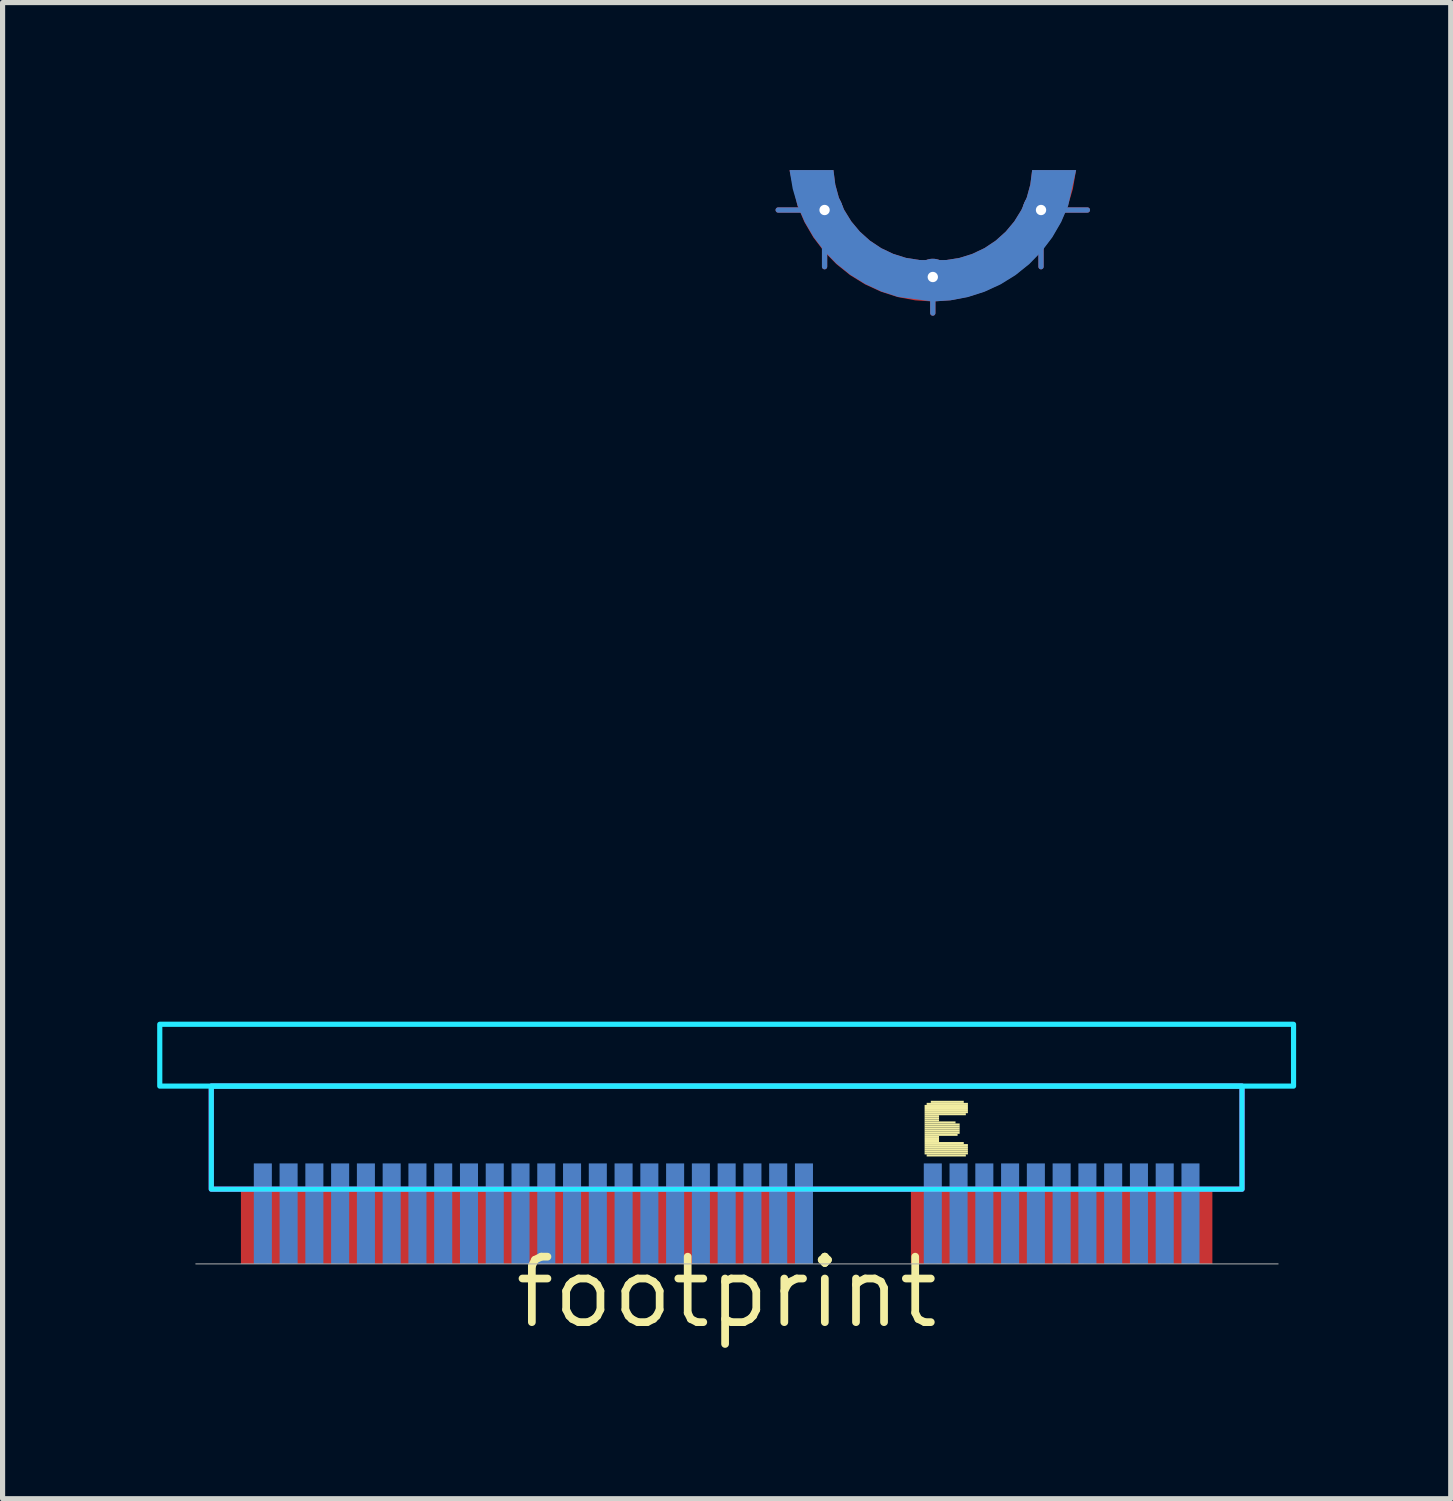
<source format=kicad_pcb>
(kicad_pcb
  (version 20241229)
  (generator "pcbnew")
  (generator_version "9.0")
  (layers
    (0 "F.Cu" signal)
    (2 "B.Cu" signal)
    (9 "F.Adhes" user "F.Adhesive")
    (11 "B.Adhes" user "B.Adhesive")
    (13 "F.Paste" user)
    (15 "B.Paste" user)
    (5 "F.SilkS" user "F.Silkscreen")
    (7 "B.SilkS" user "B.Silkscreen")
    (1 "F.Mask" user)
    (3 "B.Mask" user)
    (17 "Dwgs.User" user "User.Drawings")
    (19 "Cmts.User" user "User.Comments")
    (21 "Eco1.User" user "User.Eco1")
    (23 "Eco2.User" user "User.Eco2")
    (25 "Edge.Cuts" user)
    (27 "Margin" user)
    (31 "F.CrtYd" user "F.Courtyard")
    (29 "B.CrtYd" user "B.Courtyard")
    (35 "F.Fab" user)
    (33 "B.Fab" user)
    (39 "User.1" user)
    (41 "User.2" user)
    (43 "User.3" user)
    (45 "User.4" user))
  (footprint "footprint"
    (layer "F.Cu")
    (at 11.05 22.025)
    (property "Reference" "footprint" (at 0 0 0) (layer "F.SilkS") (effects (font (size 1.27 1.27) (thickness 0.15))))
    (fp_line (start 1.9 -21) (end 1 -21) (stroke (width 0.102) (type solid)) (layer "F.Cu"))
    (fp_line (start 1.9 -21) (end 1.9 -19.9) (stroke (width 0.102) (type solid)) (layer "F.Cu"))
    (fp_line (start 4 -19.7) (end 4 -19) (stroke (width 0.102) (type solid)) (layer "F.Cu"))
    (fp_line (start 6.1 -21) (end 6.1 -19.9) (stroke (width 0.102) (type solid)) (layer "F.Cu"))
    (fp_line (start 6.1 -21) (end 7 -21) (stroke (width 0.102) (type solid)) (layer "F.Cu"))
    (fp_poly (pts (xy 2.108 -21.493) (xy 2.177 -21.241) (xy 2.281 -21.002) (xy 2.418 -20.78) (xy 2.585 -20.58) (xy 2.779 -20.406) (xy 2.996 -20.261) (xy 3.232 -20.149) (xy 3.48 -20.071) (xy 3.738 -20.03) (xy 4 -20.025) (xy 4.262 -20.03) (xy 4.52 -20.071) (xy 4.768 -20.149) (xy 5.004 -20.261) (xy 5.221 -20.406) (xy 5.415 -20.58) (xy 5.582 -20.78) (xy 5.719 -21.002) (xy 5.823 -21.241) (xy 5.892 -21.493) (xy 5.928 -21.775) (xy 6.78 -21.775) (xy 6.718 -21.41) (xy 6.622 -21.083) (xy 6.486 -20.769) (xy 6.313 -20.474) (xy 6.106 -20.203) (xy 5.868 -19.958) (xy 5.602 -19.744) (xy 5.311 -19.564) (xy 5.001 -19.42) (xy 4.676 -19.314) (xy 4.341 -19.249) (xy 4 -19.225) (xy 3.658 -19.247) (xy 3.322 -19.31) (xy 2.996 -19.414) (xy 2.685 -19.557) (xy 2.394 -19.737) (xy 2.127 -19.952) (xy 1.888 -20.197) (xy 1.681 -20.47) (xy 1.509 -20.766) (xy 1.374 -21.081) (xy 1.219 -21.775) (xy 2.072 -21.775)) (stroke (width 0) (type solid)) (fill yes) (layer "F.Cu"))
    (fp_poly (pts (xy 2.296 -21.73) (xy 2.36 -21.467) (xy 2.463 -21.217) (xy 2.605 -20.986) (xy 2.78 -20.78) (xy 2.986 -20.605) (xy 3.217 -20.463) (xy 3.466 -20.36) (xy 4.001 -20.275) (xy 4.27 -20.296) (xy 4.533 -20.36) (xy 4.783 -20.463) (xy 5.014 -20.605) (xy 5.22 -20.78) (xy 5.395 -20.986) (xy 5.537 -21.217) (xy 5.64 -21.466) (xy 5.729 -22.025) (xy 6.777 -22.025) (xy 6.755 -21.666) (xy 6.694 -21.336) (xy 6.595 -21.016) (xy 6.457 -20.71) (xy 6.284 -20.424) (xy 6.077 -20.16) (xy 5.84 -19.923) (xy 5.576 -19.716) (xy 5.29 -19.543) (xy 4.984 -19.405) (xy 4.664 -19.306) (xy 4.334 -19.245) (xy 4 -19.225) (xy 3.666 -19.245) (xy 3.336 -19.306) (xy 3.016 -19.405) (xy 2.71 -19.543) (xy 2.424 -19.716) (xy 2.16 -19.923) (xy 1.923 -20.16) (xy 1.716 -20.424) (xy 1.543 -20.71) (xy 1.405 -21.016) (xy 1.306 -21.336) (xy 1.245 -21.666) (xy 1.223 -22.025) (xy 2.273 -22.025)) (stroke (width 0) (type solid)) (fill yes) (layer "F.Mask"))
    (fp_line (start 1.9 -21) (end 1 -21) (stroke (width 0.102) (type solid)) (layer "B.Cu"))
    (fp_line (start 1.9 -21) (end 1.9 -19.9) (stroke (width 0.102) (type solid)) (layer "B.Cu"))
    (fp_line (start 4 -19.7) (end 4 -19) (stroke (width 0.102) (type solid)) (layer "B.Cu"))
    (fp_line (start 6.1 -21) (end 6.1 -19.9) (stroke (width 0.102) (type solid)) (layer "B.Cu"))
    (fp_line (start 6.1 -21) (end 7 -21) (stroke (width 0.102) (type solid)) (layer "B.Cu"))
    (fp_poly (pts (xy 2.108 -21.493) (xy 2.177 -21.241) (xy 2.281 -21.002) (xy 2.418 -20.78) (xy 2.585 -20.58) (xy 2.779 -20.406) (xy 2.996 -20.261) (xy 3.232 -20.149) (xy 3.48 -20.071) (xy 3.738 -20.03) (xy 4 -20.025) (xy 4.262 -20.03) (xy 4.52 -20.071) (xy 4.768 -20.149) (xy 5.004 -20.261) (xy 5.221 -20.406) (xy 5.415 -20.58) (xy 5.582 -20.78) (xy 5.719 -21.002) (xy 5.823 -21.241) (xy 5.892 -21.493) (xy 5.928 -21.775) (xy 6.781 -21.775) (xy 6.626 -21.081) (xy 6.491 -20.766) (xy 6.319 -20.47) (xy 6.112 -20.197) (xy 5.873 -19.952) (xy 5.606 -19.737) (xy 5.315 -19.557) (xy 5.004 -19.414) (xy 4.678 -19.31) (xy 4.342 -19.247) (xy 4.002 -19.225) (xy 4 -19.25) (xy 3.997 -19.225) (xy 3.324 -19.314) (xy 2.999 -19.42) (xy 2.689 -19.564) (xy 2.398 -19.744) (xy 2.132 -19.958) (xy 1.894 -20.203) (xy 1.687 -20.474) (xy 1.514 -20.769) (xy 1.378 -21.083) (xy 1.282 -21.41) (xy 1.225 -21.748) (xy 1.225 -21.775) (xy 2.072 -21.775)) (stroke (width 0) (type solid)) (fill yes) (layer "B.Cu"))
    (fp_poly (pts (xy 2.36 -21.466) (xy 2.463 -21.217) (xy 2.605 -20.986) (xy 2.78 -20.78) (xy 2.986 -20.605) (xy 3.217 -20.463) (xy 3.467 -20.36) (xy 3.73 -20.296) (xy 3.999 -20.275) (xy 4.534 -20.36) (xy 4.783 -20.463) (xy 5.014 -20.605) (xy 5.22 -20.78) (xy 5.395 -20.986) (xy 5.537 -21.217) (xy 5.641 -21.467) (xy 5.704 -21.73) (xy 5.727 -22.025) (xy 6.777 -22.025) (xy 6.755 -21.666) (xy 6.694 -21.336) (xy 6.595 -21.016) (xy 6.457 -20.71) (xy 6.284 -20.424) (xy 6.077 -20.16) (xy 5.84 -19.923) (xy 5.576 -19.716) (xy 5.29 -19.543) (xy 4.984 -19.405) (xy 4.664 -19.306) (xy 4.334 -19.245) (xy 4 -19.225) (xy 3.666 -19.245) (xy 3.336 -19.306) (xy 3.016 -19.405) (xy 2.71 -19.543) (xy 2.424 -19.716) (xy 2.16 -19.923) (xy 1.923 -20.16) (xy 1.716 -20.424) (xy 1.543 -20.71) (xy 1.405 -21.016) (xy 1.306 -21.336) (xy 1.245 -21.666) (xy 1.223 -22.025) (xy 2.271 -22.025)) (stroke (width 0) (type solid)) (fill yes) (layer "B.Mask"))
    (fp_poly (pts (xy 3.841 -3.595) (xy 4.681 -3.595) (xy 4.681 -3.635) (xy 3.841 -3.635)) (stroke (width 0) (type solid)) (fill yes) (layer "F.SilkS"))
    (fp_poly (pts (xy 3.841 -3.555) (xy 4.681 -3.555) (xy 4.681 -3.595) (xy 3.841 -3.595)) (stroke (width 0) (type solid)) (fill yes) (layer "F.SilkS"))
    (fp_poly (pts (xy 3.841 -3.515) (xy 4.681 -3.515) (xy 4.681 -3.555) (xy 3.841 -3.555)) (stroke (width 0) (type solid)) (fill yes) (layer "F.SilkS"))
    (fp_poly (pts (xy 3.841 -3.475) (xy 4.681 -3.475) (xy 4.681 -3.515) (xy 3.841 -3.515)) (stroke (width 0) (type solid)) (fill yes) (layer "F.SilkS"))
    (fp_poly (pts (xy 3.841 -3.435) (xy 4.641 -3.435) (xy 4.641 -3.475) (xy 3.841 -3.475)) (stroke (width 0) (type solid)) (fill yes) (layer "F.SilkS"))
    (fp_poly (pts (xy 3.841 -3.395) (xy 4.121 -3.395) (xy 4.121 -3.435) (xy 3.841 -3.435)) (stroke (width 0) (type solid)) (fill yes) (layer "F.SilkS"))
    (fp_poly (pts (xy 3.841 -3.355) (xy 4.121 -3.355) (xy 4.121 -3.395) (xy 3.841 -3.395)) (stroke (width 0) (type solid)) (fill yes) (layer "F.SilkS"))
    (fp_poly (pts (xy 3.841 -3.315) (xy 4.121 -3.315) (xy 4.121 -3.355) (xy 3.841 -3.355)) (stroke (width 0) (type solid)) (fill yes) (layer "F.SilkS"))
    (fp_poly (pts (xy 3.841 -3.275) (xy 4.441 -3.275) (xy 4.441 -3.315) (xy 3.841 -3.315)) (stroke (width 0) (type solid)) (fill yes) (layer "F.SilkS"))
    (fp_poly (pts (xy 3.841 -3.235) (xy 4.521 -3.235) (xy 4.521 -3.275) (xy 3.841 -3.275)) (stroke (width 0) (type solid)) (fill yes) (layer "F.SilkS"))
    (fp_poly (pts (xy 3.841 -3.195) (xy 4.521 -3.195) (xy 4.521 -3.235) (xy 3.841 -3.235)) (stroke (width 0) (type solid)) (fill yes) (layer "F.SilkS"))
    (fp_poly (pts (xy 3.841 -3.155) (xy 4.521 -3.155) (xy 4.521 -3.195) (xy 3.841 -3.195)) (stroke (width 0) (type solid)) (fill yes) (layer "F.SilkS"))
    (fp_poly (pts (xy 3.841 -3.115) (xy 4.521 -3.115) (xy 4.521 -3.155) (xy 3.841 -3.155)) (stroke (width 0) (type solid)) (fill yes) (layer "F.SilkS"))
    (fp_poly (pts (xy 3.841 -3.075) (xy 4.521 -3.075) (xy 4.521 -3.115) (xy 3.841 -3.115)) (stroke (width 0) (type solid)) (fill yes) (layer "F.SilkS"))
    (fp_poly (pts (xy 3.841 -3.035) (xy 4.481 -3.035) (xy 4.481 -3.075) (xy 3.841 -3.075)) (stroke (width 0) (type solid)) (fill yes) (layer "F.SilkS"))
    (fp_poly (pts (xy 3.841 -2.995) (xy 4.121 -2.995) (xy 4.121 -3.035) (xy 3.841 -3.035)) (stroke (width 0) (type solid)) (fill yes) (layer "F.SilkS"))
    (fp_poly (pts (xy 3.841 -2.955) (xy 4.121 -2.955) (xy 4.121 -2.995) (xy 3.841 -2.995)) (stroke (width 0) (type solid)) (fill yes) (layer "F.SilkS"))
    (fp_poly (pts (xy 3.841 -2.915) (xy 4.121 -2.915) (xy 4.121 -2.955) (xy 3.841 -2.955)) (stroke (width 0) (type solid)) (fill yes) (layer "F.SilkS"))
    (fp_poly (pts (xy 3.841 -2.875) (xy 4.601 -2.875) (xy 4.601 -2.915) (xy 3.841 -2.915)) (stroke (width 0) (type solid)) (fill yes) (layer "F.SilkS"))
    (fp_poly (pts (xy 3.841 -2.835) (xy 4.681 -2.835) (xy 4.681 -2.875) (xy 3.841 -2.875)) (stroke (width 0) (type solid)) (fill yes) (layer "F.SilkS"))
    (fp_poly (pts (xy 3.841 -2.795) (xy 4.681 -2.795) (xy 4.681 -2.835) (xy 3.841 -2.835)) (stroke (width 0) (type solid)) (fill yes) (layer "F.SilkS"))
    (fp_poly (pts (xy 3.841 -2.755) (xy 4.681 -2.755) (xy 4.681 -2.795) (xy 3.841 -2.795)) (stroke (width 0) (type solid)) (fill yes) (layer "F.SilkS"))
    (fp_poly (pts (xy 3.841 -2.715) (xy 4.681 -2.715) (xy 4.681 -2.755) (xy 3.841 -2.755)) (stroke (width 0) (type solid)) (fill yes) (layer "F.SilkS"))
    (fp_poly (pts (xy 3.841 -2.675) (xy 4.681 -2.675) (xy 4.681 -2.715) (xy 3.841 -2.715)) (stroke (width 0) (type solid)) (fill yes) (layer "F.SilkS"))
    (fp_poly (pts (xy 3.881 -3.635) (xy 4.681 -3.635) (xy 4.681 -3.675) (xy 3.881 -3.675)) (stroke (width 0) (type solid)) (fill yes) (layer "F.SilkS"))
    (fp_poly (pts (xy 3.881 -2.635) (xy 4.641 -2.635) (xy 4.641 -2.675) (xy 3.881 -2.675)) (stroke (width 0) (type solid)) (fill yes) (layer "F.SilkS"))
    (fp_poly (pts (xy 3.961 -3.675) (xy 4.601 -3.675) (xy 4.601 -3.715) (xy 3.961 -3.715)) (stroke (width 0) (type solid)) (fill yes) (layer "F.SilkS"))
    (fp_poly (pts (xy 10 -4) (xy -10 -4) (xy -10 -2) (xy 10 -2)) (stroke (width 0.1) (type solid)) (fill no) (layer "B.CrtYd"))
    (fp_poly (pts (xy 11 -5.2) (xy -11 -5.2) (xy -11 -4) (xy 11 -4)) (stroke (width 0.1) (type solid)) (fill no) (layer "B.CrtYd"))
    (fp_poly (pts (xy 10 -4) (xy -10 -4) (xy -10 -2) (xy 10 -2)) (stroke (width 0.1) (type solid)) (fill no) (layer "F.CrtYd"))
    (fp_line (start -10.3 -0.55) (end 10.7 -0.55) (stroke (width 0.02) (type solid)) (layer "F.Fab"))
    (fp_text user "ROUTE\nOUT" (at 4 -21.3 0) (layer "Edge.Cuts") (effects (font (size 0.276 0.276) (thickness 0.024))))
    (pad "1" smd rect (at 9.25 -1.275 180) (size 0.35 1.45) (layers "F.Cu" "F.Mask"))
    (pad "2" smd rect (at 9 -1.525) (size 0.35 1.95) (layers "B.Cu" "B.Mask"))
    (pad "3" smd rect (at 8.75 -1.275 180) (size 0.35 1.45) (layers "F.Cu" "F.Mask"))
    (pad "4" smd rect (at 8.5 -1.525) (size 0.35 1.95) (layers "B.Cu" "B.Mask"))
    (pad "5" smd rect (at 8.25 -1.275 180) (size 0.35 1.45) (layers "F.Cu" "F.Mask"))
    (pad "6" smd rect (at 8 -1.525) (size 0.35 1.95) (layers "B.Cu" "B.Mask"))
    (pad "7" smd rect (at 7.75 -1.275 180) (size 0.35 1.45) (layers "F.Cu" "F.Mask"))
    (pad "8" smd rect (at 7.5 -1.525) (size 0.35 1.95) (layers "B.Cu" "B.Mask"))
    (pad "9" smd rect (at 7.25 -1.275 180) (size 0.35 1.45) (layers "F.Cu" "F.Mask"))
    (pad "10" smd rect (at 7 -1.525) (size 0.35 1.95) (layers "B.Cu" "B.Mask"))
    (pad "11" smd rect (at 6.75 -1.275 180) (size 0.35 1.45) (layers "F.Cu" "F.Mask"))
    (pad "12" smd rect (at 6.5 -1.525) (size 0.35 1.95) (layers "B.Cu" "B.Mask"))
    (pad "13" smd rect (at 6.25 -1.275 180) (size 0.35 1.45) (layers "F.Cu" "F.Mask"))
    (pad "14" smd rect (at 6 -1.525) (size 0.35 1.95) (layers "B.Cu" "B.Mask"))
    (pad "15" smd rect (at 5.75 -1.275 180) (size 0.35 1.45) (layers "F.Cu" "F.Mask"))
    (pad "16" smd rect (at 5.5 -1.525) (size 0.35 1.95) (layers "B.Cu" "B.Mask"))
    (pad "17" smd rect (at 5.25 -1.275 180) (size 0.35 1.45) (layers "F.Cu" "F.Mask"))
    (pad "18" smd rect (at 5 -1.525) (size 0.35 1.95) (layers "B.Cu" "B.Mask"))
    (pad "19" smd rect (at 4.75 -1.275 180) (size 0.35 1.45) (layers "F.Cu" "F.Mask"))
    (pad "20" smd rect (at 4.5 -1.525) (size 0.35 1.95) (layers "B.Cu" "B.Mask"))
    (pad "21" smd rect (at 4.25 -1.275 180) (size 0.35 1.45) (layers "F.Cu" "F.Mask"))
    (pad "22" smd rect (at 4 -1.525) (size 0.35 1.95) (layers "B.Cu" "B.Mask"))
    (pad "23" smd rect (at 3.75 -1.275 180) (size 0.35 1.45) (layers "F.Cu" "F.Mask"))
    (pad "32" smd rect (at 1.5 -1.525) (size 0.35 1.95) (layers "B.Cu" "B.Mask"))
    (pad "33" smd rect (at 1.25 -1.275 180) (size 0.35 1.45) (layers "F.Cu" "F.Mask"))
    (pad "34" smd rect (at 1 -1.525) (size 0.35 1.95) (layers "B.Cu" "B.Mask"))
    (pad "35" smd rect (at 0.75 -1.275 180) (size 0.35 1.45) (layers "F.Cu" "F.Mask"))
    (pad "36" smd rect (at 0.5 -1.525) (size 0.35 1.95) (layers "B.Cu" "B.Mask"))
    (pad "37" smd rect (at 0.25 -1.275 180) (size 0.35 1.45) (layers "F.Cu" "F.Mask"))
    (pad "38" smd rect (at 0 -1.525) (size 0.35 1.95) (layers "B.Cu" "B.Mask"))
    (pad "39" smd rect (at -0.25 -1.275 180) (size 0.35 1.45) (layers "F.Cu" "F.Mask"))
    (pad "40" smd rect (at -0.5 -1.525) (size 0.35 1.95) (layers "B.Cu" "B.Mask"))
    (pad "41" smd rect (at -0.75 -1.275 180) (size 0.35 1.45) (layers "F.Cu" "F.Mask"))
    (pad "42" smd rect (at -1 -1.525) (size 0.35 1.95) (layers "B.Cu" "B.Mask"))
    (pad "43" smd rect (at -1.25 -1.275 180) (size 0.35 1.45) (layers "F.Cu" "F.Mask"))
    (pad "44" smd rect (at -1.5 -1.525) (size 0.35 1.95) (layers "B.Cu" "B.Mask"))
    (pad "45" smd rect (at -1.75 -1.275 180) (size 0.35 1.45) (layers "F.Cu" "F.Mask"))
    (pad "46" smd rect (at -2 -1.525) (size 0.35 1.95) (layers "B.Cu" "B.Mask"))
    (pad "47" smd rect (at -2.25 -1.275 180) (size 0.35 1.45) (layers "F.Cu" "F.Mask"))
    (pad "48" smd rect (at -2.5 -1.525) (size 0.35 1.95) (layers "B.Cu" "B.Mask"))
    (pad "49" smd rect (at -2.75 -1.275 180) (size 0.35 1.45) (layers "F.Cu" "F.Mask"))
    (pad "50" smd rect (at -3 -1.525) (size 0.35 1.95) (layers "B.Cu" "B.Mask"))
    (pad "51" smd rect (at -3.25 -1.275 180) (size 0.35 1.45) (layers "F.Cu" "F.Mask"))
    (pad "52" smd rect (at -3.5 -1.525) (size 0.35 1.95) (layers "B.Cu" "B.Mask"))
    (pad "53" smd rect (at -3.75 -1.275 180) (size 0.35 1.45) (layers "F.Cu" "F.Mask"))
    (pad "54" smd rect (at -4 -1.525) (size 0.35 1.95) (layers "B.Cu" "B.Mask"))
    (pad "55" smd rect (at -4.25 -1.275 180) (size 0.35 1.45) (layers "F.Cu" "F.Mask"))
    (pad "56" smd rect (at -4.5 -1.525) (size 0.35 1.95) (layers "B.Cu" "B.Mask"))
    (pad "57" smd rect (at -4.75 -1.275 180) (size 0.35 1.45) (layers "F.Cu" "F.Mask"))
    (pad "58" smd rect (at -5 -1.525) (size 0.35 1.95) (layers "B.Cu" "B.Mask"))
    (pad "59" smd rect (at -5.25 -1.275 180) (size 0.35 1.45) (layers "F.Cu" "F.Mask"))
    (pad "60" smd rect (at -5.5 -1.525) (size 0.35 1.95) (layers "B.Cu" "B.Mask"))
    (pad "61" smd rect (at -5.75 -1.275 180) (size 0.35 1.45) (layers "F.Cu" "F.Mask"))
    (pad "62" smd rect (at -6 -1.525) (size 0.35 1.95) (layers "B.Cu" "B.Mask"))
    (pad "63" smd rect (at -6.25 -1.275 180) (size 0.35 1.45) (layers "F.Cu" "F.Mask"))
    (pad "64" smd rect (at -6.5 -1.525) (size 0.35 1.95) (layers "B.Cu" "B.Mask"))
    (pad "65" smd rect (at -6.75 -1.275 180) (size 0.35 1.45) (layers "F.Cu" "F.Mask"))
    (pad "66" smd rect (at -7 -1.525) (size 0.35 1.95) (layers "B.Cu" "B.Mask"))
    (pad "67" smd rect (at -7.25 -1.275 180) (size 0.35 1.45) (layers "F.Cu" "F.Mask"))
    (pad "68" smd rect (at -7.5 -1.525) (size 0.35 1.95) (layers "B.Cu" "B.Mask"))
    (pad "69" smd rect (at -7.75 -1.275 180) (size 0.35 1.45) (layers "F.Cu" "F.Mask"))
    (pad "70" smd rect (at -8 -1.525) (size 0.35 1.95) (layers "B.Cu" "B.Mask"))
    (pad "71" smd rect (at -8.25 -1.275 180) (size 0.35 1.45) (layers "F.Cu" "F.Mask"))
    (pad "72" smd rect (at -8.5 -1.525) (size 0.35 1.95) (layers "B.Cu" "B.Mask"))
    (pad "73" smd rect (at -8.75 -1.275 180) (size 0.35 1.45) (layers "F.Cu" "F.Mask"))
    (pad "74" smd rect (at -9 -1.525) (size 0.35 1.95) (layers "B.Cu" "B.Mask"))
    (pad "75" smd rect (at -9.25 -1.275 180) (size 0.35 1.45) (layers "F.Cu" "F.Mask"))
    (pad "GND1" thru_hole circle (at 1.9 -21) (size 0.708 0.708) (drill 0.2) (layers "*.Cu" "*.Mask"))
    (pad "GND2" thru_hole circle (at 4 -19.7) (size 0.708 0.708) (drill 0.2) (layers "*.Cu" "*.Mask"))
    (pad "GND3" thru_hole circle (at 6.1 -21) (size 0.708 0.708) (drill 0.2) (layers "*.Cu" "*.Mask")))
  (gr_rect
    (start -3 -3)
    (end 25.1 26.031)
    (stroke (width 0.1) (type default))
    (fill no)
    (layer "Edge.Cuts")))
</source>
